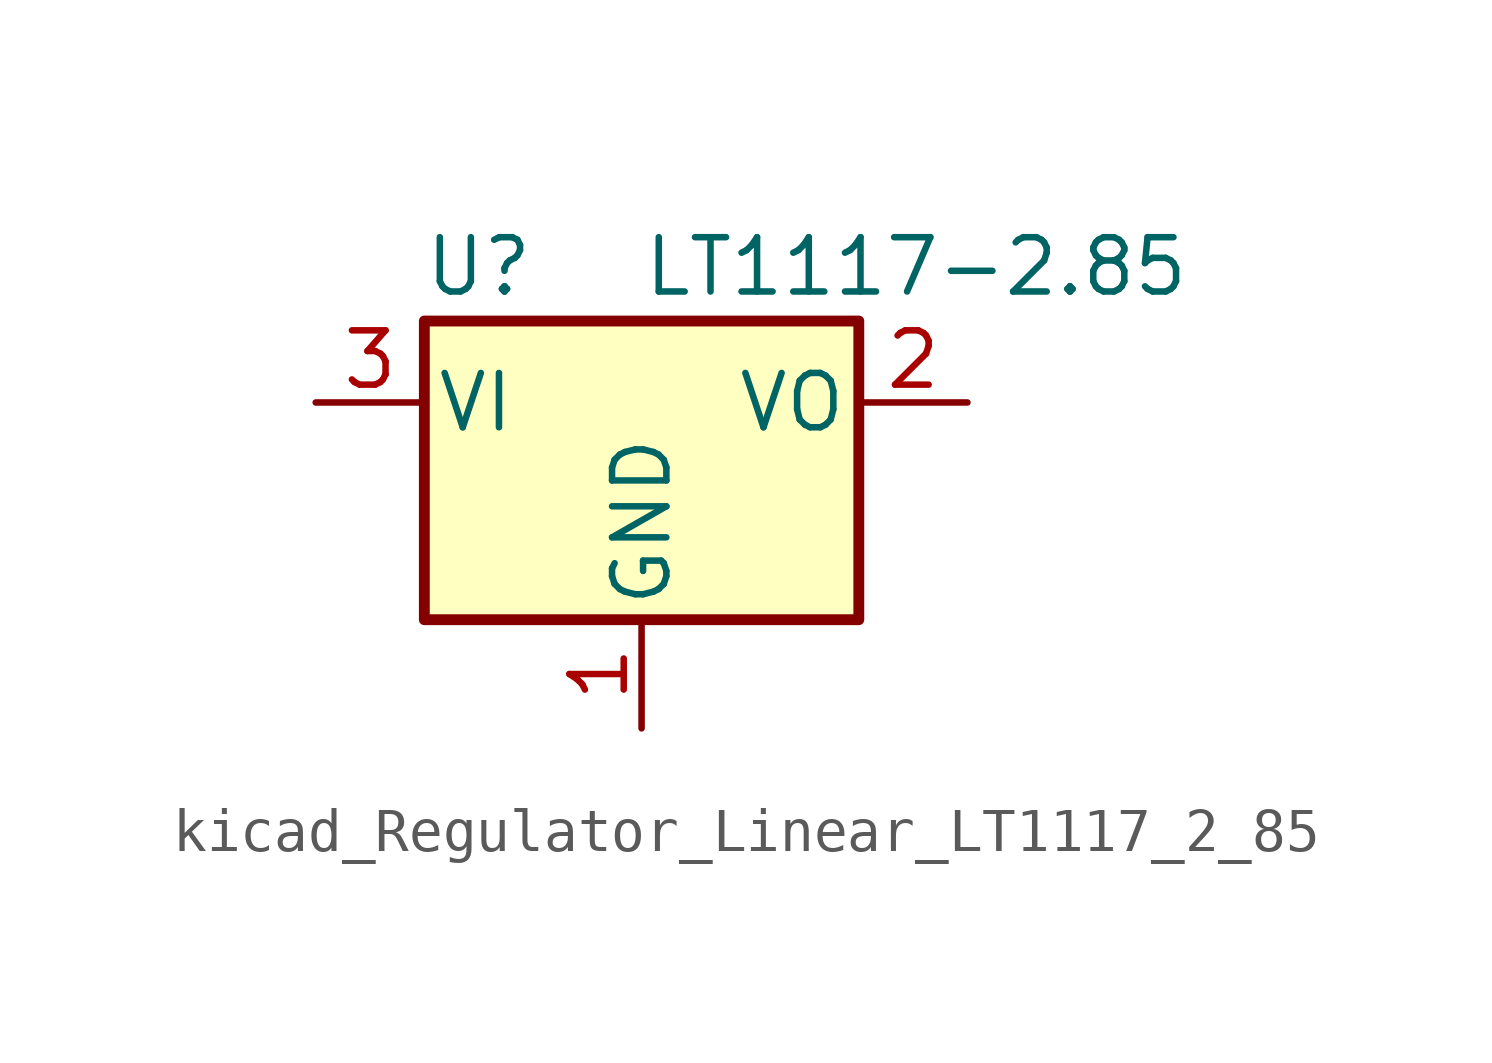
<source format=kicad_sym>
(kicad_symbol_lib
  (version 20220914)
  (generator kicad_symbol_editor)
  (symbol "kicad_Regulator_Linear_LT1117_2_85"
    (pin_names
      (offset 0.254))
    (property "Reference" "U"
      (at -3.81 3.175 0)
      (effects (font (size 1.27 1.27))))
    (property "Value" "LT1117-2.85"
      (at 0 3.175 0)
      (effects (font (size 1.27 1.27)) (justify left)))
    (symbol "kicad_Regulator_Linear_LT1117_2_85_0_1"
      (rectangle (start -5.08 -5.08) (end 5.08 1.905) (stroke (width 0.254) (type default)) (fill (type background))))
    (symbol "kicad_Regulator_Linear_LT1117_2_85_1_1"
      (pin power_in line (at 0 -7.62 90) (length 2.54) (name "GND" (effects (font (size 1.27 1.27)))) (number "1" (effects (font (size 1.27 1.27)))))
      (pin power_out line (at 7.62 0 180) (length 2.54) (name "VO" (effects (font (size 1.27 1.27)))) (number "2" (effects (font (size 1.27 1.27)))))
      (pin power_in line (at -7.62 0 0) (length 2.54) (name "VI" (effects (font (size 1.27 1.27)))) (number "3" (effects (font (size 1.27 1.27))))))))
</source>
